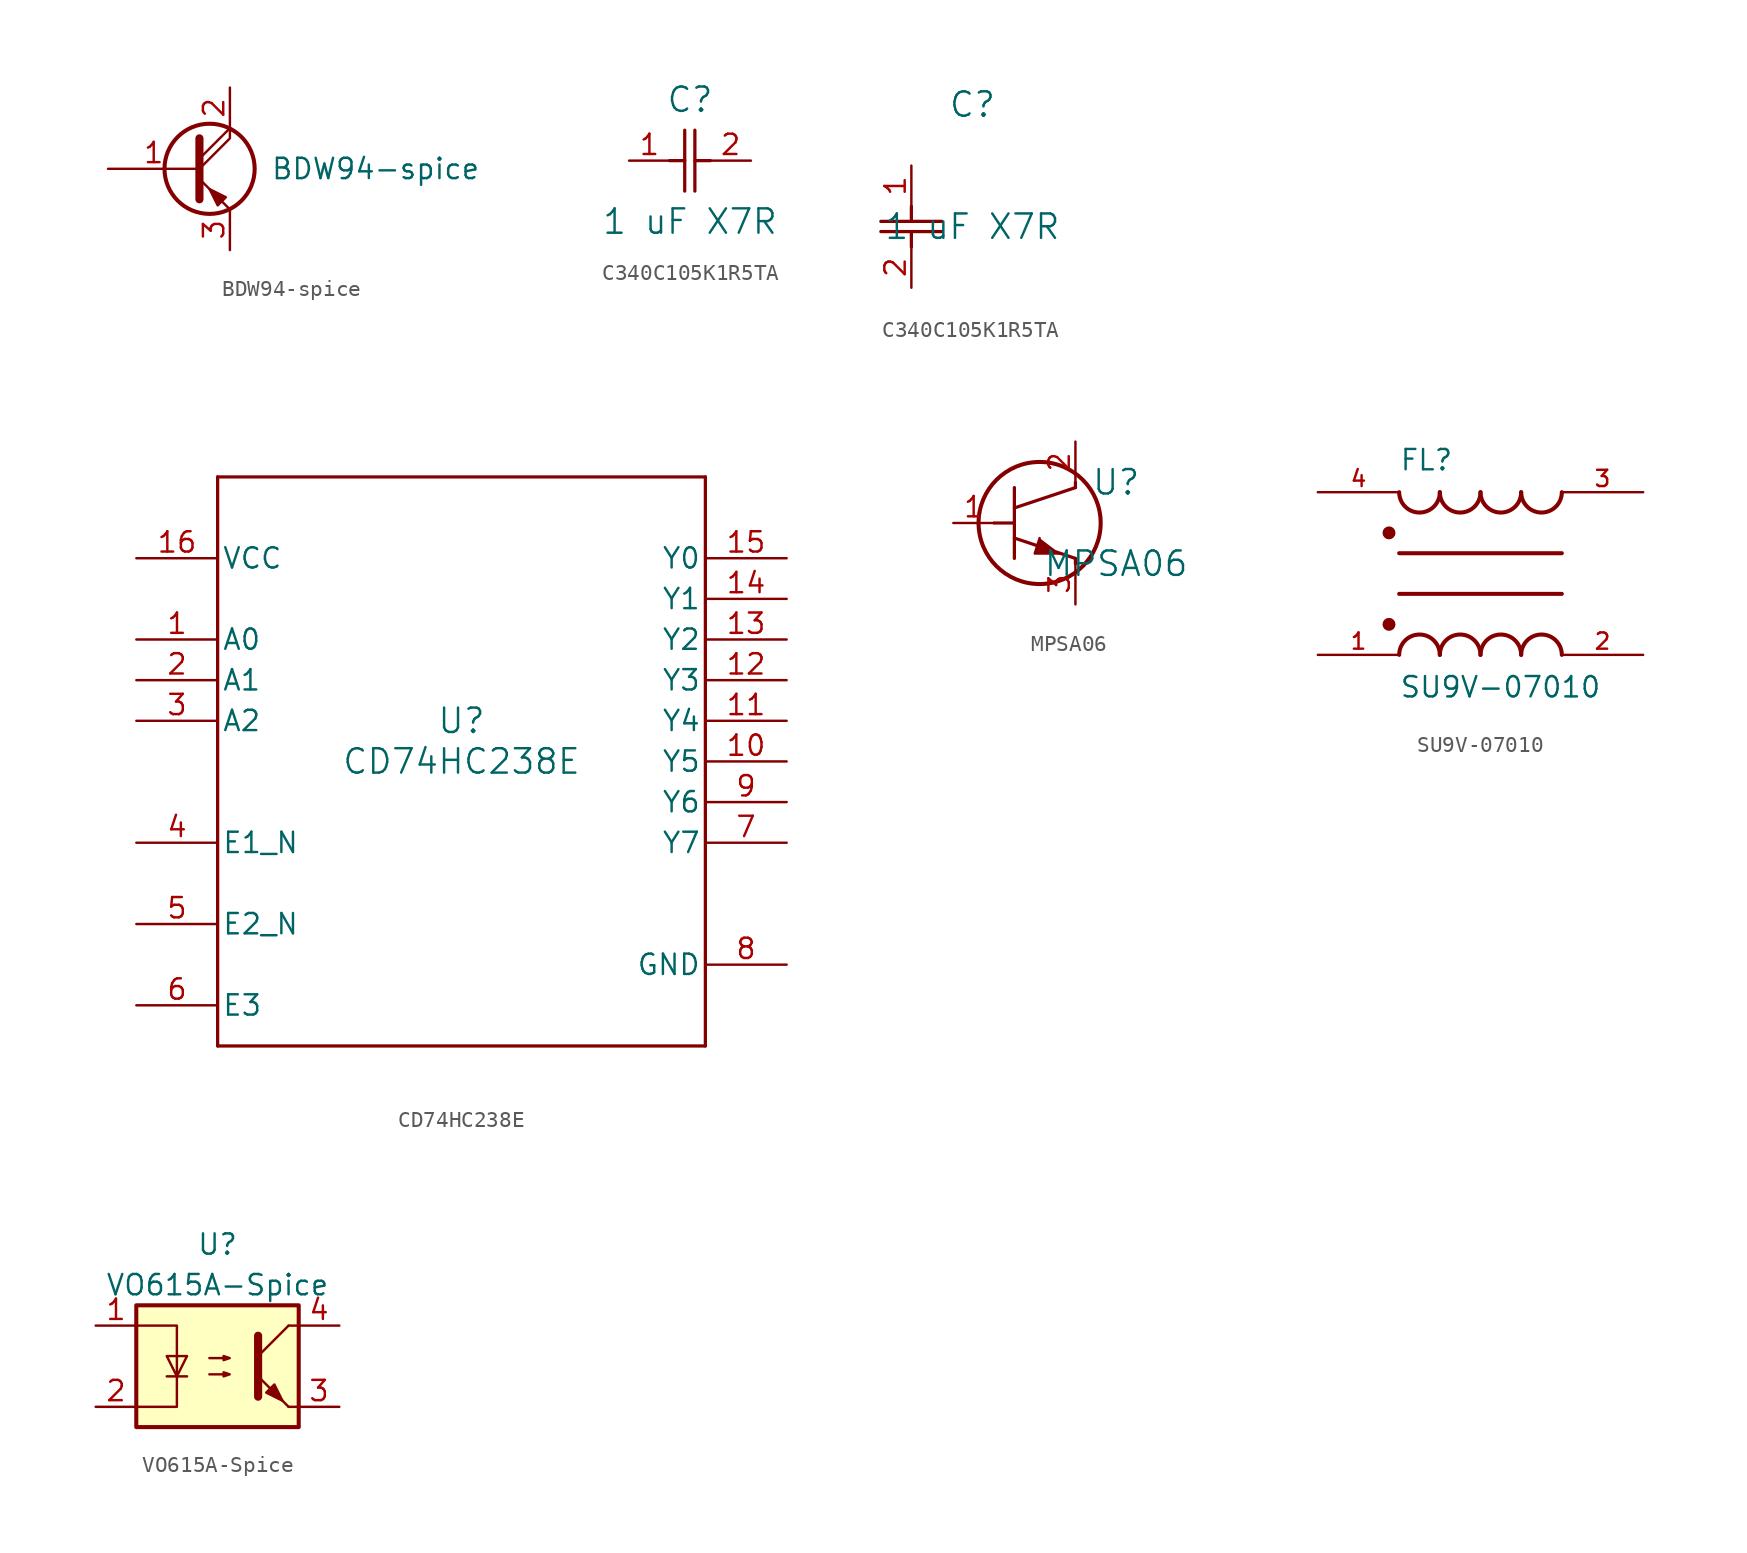
<source format=kicad_sym>
(kicad_symbol_lib
  (version 20231120)
  (generator "kicad_symbol_editor")
  (generator_version "8.0")
  (symbol "BDW94-spice"
    (pin_names
      (offset 0) hide)
    (property "Reference" "Q"
      (at 5.08 1.905 0)
      (effects (font (size 1.27 1.27)) (justify left) (hide yes)))
    (property "Value" "BDW94-spice"
      (at 5.08 0 0)
      (effects (font (size 1.27 1.27)) (justify left)))
    (symbol "BDW94-spice_0_1"
      (polyline (pts (xy 0.635 0.635) (xy 2.54 2.54)) (stroke (width 0) (type default)) (fill (type none)))
      (polyline (pts (xy 0.635 -0.635) (xy 2.54 -2.54) (xy 2.54 -2.54)) (stroke (width 0) (type default)) (fill (type none)))
      (polyline (pts (xy 0.635 0) (xy 2.54 1.905) (xy 2.54 2.54)) (stroke (width 0) (type default)) (fill (type none)))
      (polyline (pts (xy 0.635 1.905) (xy 0.635 -1.905) (xy 0.635 -1.905)) (stroke (width 0.508) (type default)) (fill (type none)))
      (polyline (pts (xy 2.286 -1.778) (xy 1.778 -2.286) (xy 1.27 -1.27) (xy 2.286 -1.778) (xy 2.286 -1.778)) (stroke (width 0) (type default)) (fill (type outline)))
      (circle (center 1.27 0) (radius 2.819) (stroke (width 0.254) (type default)) (fill (type none))))
    (symbol "BDW94-spice_1_1"
      (pin input line (at -5.08 0 0) (length 5.715) (name "B" (effects (font (size 1.27 1.27)))) (number "1" (effects (font (size 1.27 1.27)))))
      (pin passive line (at 2.54 5.08 270) (length 2.54) (name "C" (effects (font (size 1.27 1.27)))) (number "2" (effects (font (size 1.27 1.27)))))
      (pin passive line (at 2.54 -5.08 90) (length 2.54) (name "E" (effects (font (size 1.27 1.27)))) (number "3" (effects (font (size 1.27 1.27)))))))
  (symbol "C340C105K1R5TA"
    (pin_names
      (offset 0.254))
    (property "Reference" "C"
      (at 3.81 3.81 0)
      (effects (font (size 1.524 1.524))))
    (property "Value" "1 uF X7R"
      (at 3.81 -3.81 0)
      (effects (font (size 1.524 1.524))))
    (symbol "C340C105K1R5TA_1_1"
      (polyline (pts (xy 2.54 0) (xy 3.48 0)) (stroke (width 0.203) (type default)) (fill (type none)))
      (polyline (pts (xy 3.48 -1.905) (xy 3.48 1.905)) (stroke (width 0.203) (type default)) (fill (type none)))
      (polyline (pts (xy 4.115 -1.905) (xy 4.115 1.905)) (stroke (width 0.203) (type default)) (fill (type none)))
      (polyline (pts (xy 4.115 0) (xy 5.08 0)) (stroke (width 0.203) (type default)) (fill (type none)))
      (pin unspecified line (at 0 0 0) (length 2.54) (name "" (effects (font (size 1.27 1.27)))) (number "1" (effects (font (size 1.27 1.27)))))
      (pin unspecified line (at 7.62 0 180) (length 2.54) (name "" (effects (font (size 1.27 1.27)))) (number "2" (effects (font (size 1.27 1.27))))))
    (symbol "C340C105K1R5TA_1_2"
      (polyline (pts (xy -1.905 -4.115) (xy 1.905 -4.115)) (stroke (width 0.203) (type default)) (fill (type none)))
      (polyline (pts (xy -1.905 -3.48) (xy 1.905 -3.48)) (stroke (width 0.203) (type default)) (fill (type none)))
      (polyline (pts (xy 0 -4.115) (xy 0 -5.08)) (stroke (width 0.203) (type default)) (fill (type none)))
      (polyline (pts (xy 0 -2.54) (xy 0 -3.48)) (stroke (width 0.203) (type default)) (fill (type none)))
      (pin unspecified line (at 0 0 270) (length 2.54) (name "" (effects (font (size 1.27 1.27)))) (number "1" (effects (font (size 1.27 1.27)))))
      (pin unspecified line (at 0 -7.62 90) (length 2.54) (name "" (effects (font (size 1.27 1.27)))) (number "2" (effects (font (size 1.27 1.27)))))))
  (symbol "CD74HC238E"
    (pin_names
      (offset 0.254))
    (property "Reference" "U"
      (at 0 2.54 0)
      (effects (font (size 1.524 1.524))))
    (property "Value" "CD74HC238E"
      (at 0 0 0)
      (effects (font (size 1.524 1.524))))
    (symbol "CD74HC238E_0_1"
      (polyline (pts (xy -15.24 -17.78) (xy 15.24 -17.78)) (stroke (width 0.203) (type default)) (fill (type none)))
      (polyline (pts (xy -15.24 17.78) (xy -15.24 -17.78)) (stroke (width 0.203) (type default)) (fill (type none)))
      (polyline (pts (xy 15.24 -17.78) (xy 15.24 17.78)) (stroke (width 0.203) (type default)) (fill (type none)))
      (polyline (pts (xy 15.24 17.78) (xy -15.24 17.78)) (stroke (width 0.203) (type default)) (fill (type none)))
      (pin input line (at -20.32 7.62 0) (length 5.08) (name "A0" (effects (font (size 1.27 1.27)))) (number "1" (effects (font (size 1.27 1.27)))))
      (pin output line (at 20.32 0 180) (length 5.08) (name "Y5" (effects (font (size 1.27 1.27)))) (number "10" (effects (font (size 1.27 1.27)))))
      (pin output line (at 20.32 2.54 180) (length 5.08) (name "Y4" (effects (font (size 1.27 1.27)))) (number "11" (effects (font (size 1.27 1.27)))))
      (pin output line (at 20.32 5.08 180) (length 5.08) (name "Y3" (effects (font (size 1.27 1.27)))) (number "12" (effects (font (size 1.27 1.27)))))
      (pin output line (at 20.32 7.62 180) (length 5.08) (name "Y2" (effects (font (size 1.27 1.27)))) (number "13" (effects (font (size 1.27 1.27)))))
      (pin output line (at 20.32 10.16 180) (length 5.08) (name "Y1" (effects (font (size 1.27 1.27)))) (number "14" (effects (font (size 1.27 1.27)))))
      (pin output line (at 20.32 12.7 180) (length 5.08) (name "Y0" (effects (font (size 1.27 1.27)))) (number "15" (effects (font (size 1.27 1.27)))))
      (pin power_in line (at -20.32 12.7 0) (length 5.08) (name "VCC" (effects (font (size 1.27 1.27)))) (number "16" (effects (font (size 1.27 1.27)))))
      (pin input line (at -20.32 5.08 0) (length 5.08) (name "A1" (effects (font (size 1.27 1.27)))) (number "2" (effects (font (size 1.27 1.27)))))
      (pin input line (at -20.32 2.54 0) (length 5.08) (name "A2" (effects (font (size 1.27 1.27)))) (number "3" (effects (font (size 1.27 1.27)))))
      (pin input line (at -20.32 -5.08 0) (length 5.08) (name "E1_N" (effects (font (size 1.27 1.27)))) (number "4" (effects (font (size 1.27 1.27)))))
      (pin input line (at -20.32 -10.16 0) (length 5.08) (name "E2_N" (effects (font (size 1.27 1.27)))) (number "5" (effects (font (size 1.27 1.27)))))
      (pin input line (at -20.32 -15.24 0) (length 5.08) (name "E3" (effects (font (size 1.27 1.27)))) (number "6" (effects (font (size 1.27 1.27)))))
      (pin output line (at 20.32 -5.08 180) (length 5.08) (name "Y7" (effects (font (size 1.27 1.27)))) (number "7" (effects (font (size 1.27 1.27)))))
      (pin power_in line (at 20.32 -12.7 180) (length 5.08) (name "GND" (effects (font (size 1.27 1.27)))) (number "8" (effects (font (size 1.27 1.27)))))
      (pin output line (at 20.32 -2.54 180) (length 5.08) (name "Y6" (effects (font (size 1.27 1.27)))) (number "9" (effects (font (size 1.27 1.27)))))))
  (symbol "MPSA06"
    (pin_names
      (offset 0.254))
    (property "Reference" "U"
      (at 10.16 2.54 0)
      (effects (font (size 1.524 1.524))))
    (property "Value" "MPSA06"
      (at 10.16 -2.54 0)
      (effects (font (size 1.524 1.524))))
    (symbol "MPSA06_0_1"
      (polyline (pts (xy 2.54 0) (xy 3.81 0)) (stroke (width 0.203) (type default)) (fill (type none)))
      (polyline (pts (xy 3.81 -2.21) (xy 3.81 2.21)) (stroke (width 0.203) (type default)) (fill (type none)))
      (polyline (pts (xy 3.81 -0.94) (xy 7.62 -2.21)) (stroke (width 0.203) (type default)) (fill (type none)))
      (polyline (pts (xy 3.81 0.94) (xy 7.62 2.21)) (stroke (width 0.203) (type default)) (fill (type none)))
      (polyline (pts (xy 7.62 -2.54) (xy 7.62 -2.21)) (stroke (width 0.203) (type default)) (fill (type none)))
      (polyline (pts (xy 7.62 2.21) (xy 7.62 2.54)) (stroke (width 0.203) (type default)) (fill (type none)))
      (polyline (pts (xy 5.385 -0.94) (xy 5.08 -1.905) (xy 6.655 -1.905)) (stroke (width 0) (type default)) (fill (type outline)))
      (circle (center 5.385 0) (radius 3.81) (stroke (width 0.254) (type default)) (fill (type none)))
      (pin unspecified line (at 0 0 0) (length 2.54) (name "" (effects (font (size 1.27 1.27)))) (number "1" (effects (font (size 1.27 1.27)))))
      (pin unspecified line (at 7.62 5.08 270) (length 2.54) (name "" (effects (font (size 1.27 1.27)))) (number "2" (effects (font (size 1.27 1.27)))))
      (pin unspecified line (at 7.62 -5.08 90) (length 2.54) (name "" (effects (font (size 1.27 1.27)))) (number "3" (effects (font (size 1.27 1.27)))))))
  (symbol "SU9V-07010"
    (pin_names
      (offset 1.016))
    (property "Reference" "FL"
      (at -5.08 6.35 0)
      (effects (font (size 1.27 1.27)) (justify left bottom)))
    (property "Value" "SU9V-07010"
      (at -5.08 -6.35 0)
      (effects (font (size 1.27 1.27)) (justify left top)))
    (symbol "SU9V-07010_0_0"
      (circle (center -5.715 -3.175) (radius 0.203) (stroke (width 0.406) (type default)) (fill (type none)))
      (circle (center -5.715 2.54) (radius 0.203) (stroke (width 0.406) (type default)) (fill (type none)))
      (arc (start -5.08 5.08) (mid -3.81 3.8155) (end -2.54 5.08) (stroke (width 0.254) (type default)) (fill (type none)))
      (arc (start -2.54 -5.08) (mid -3.81 -3.8155) (end -5.08 -5.08) (stroke (width 0.254) (type default)) (fill (type none)))
      (arc (start -2.54 5.08) (mid -1.27 3.8155) (end 0 5.08) (stroke (width 0.254) (type default)) (fill (type none)))
      (arc (start 0 -5.08) (mid -1.27 -3.8155) (end -2.54 -5.08) (stroke (width 0.254) (type default)) (fill (type none)))
      (polyline (pts (xy -5.08 -1.27) (xy 5.08 -1.27)) (stroke (width 0.254) (type default)) (fill (type none)))
      (polyline (pts (xy 5.08 1.27) (xy -5.08 1.27)) (stroke (width 0.254) (type default)) (fill (type none)))
      (arc (start 0 5.08) (mid 1.27 3.8155) (end 2.54 5.08) (stroke (width 0.254) (type default)) (fill (type none)))
      (arc (start 2.54 -5.08) (mid 1.27 -3.8155) (end 0 -5.08) (stroke (width 0.254) (type default)) (fill (type none)))
      (arc (start 2.54 5.08) (mid 3.81 3.8155) (end 5.08 5.08) (stroke (width 0.254) (type default)) (fill (type none)))
      (arc (start 5.08 -5.08) (mid 3.81 -3.8155) (end 2.54 -5.08) (stroke (width 0.254) (type default)) (fill (type none)))
      (pin passive line (at -10.16 -5.08 0) (length 5.08) (name "~" (effects (font (size 1.016 1.016)))) (number "1" (effects (font (size 1.016 1.016)))))
      (pin passive line (at 10.16 -5.08 180) (length 5.08) (name "~" (effects (font (size 1.016 1.016)))) (number "2" (effects (font (size 1.016 1.016)))))
      (pin passive line (at 10.16 5.08 180) (length 5.08) (name "~" (effects (font (size 1.016 1.016)))) (number "3" (effects (font (size 1.016 1.016)))))
      (pin passive line (at -10.16 5.08 0) (length 5.08) (name "~" (effects (font (size 1.016 1.016)))) (number "4" (effects (font (size 1.016 1.016)))))))
  (symbol "VO615A-Spice"
    (pin_names
      (offset 0.762))
    (property "Reference" "U"
      (at 0 7.62 0)
      (effects (font (size 1.27 1.27))))
    (property "Value" "VO615A-Spice"
      (at 0 5.08 0)
      (effects (font (size 1.27 1.27))))
    (symbol "VO615A-Spice_0_1"
      (rectangle (start -5.08 3.81) (end 5.08 -3.81) (stroke (width 0.254) (type default)) (fill (type background)))
      (polyline (pts (xy -3.175 -0.635) (xy -1.905 -0.635)) (stroke (width 0) (type default)) (fill (type none)))
      (polyline (pts (xy 2.54 0.635) (xy 4.445 2.54)) (stroke (width 0) (type default)) (fill (type none)))
      (polyline (pts (xy 4.445 -2.54) (xy 2.54 -0.635)) (stroke (width 0) (type default)) (fill (type outline)))
      (polyline (pts (xy 4.445 -2.54) (xy 5.08 -2.54)) (stroke (width 0) (type default)) (fill (type none)))
      (polyline (pts (xy 4.445 2.54) (xy 5.08 2.54)) (stroke (width 0) (type default)) (fill (type none)))
      (polyline (pts (xy 2.54 1.905) (xy 2.54 -1.905) (xy 2.54 -1.905)) (stroke (width 0.508) (type default)) (fill (type none)))
      (polyline (pts (xy -5.08 2.54) (xy -2.54 2.54) (xy -2.54 -2.54) (xy -5.08 -2.54)) (stroke (width 0) (type default)) (fill (type none)))
      (polyline (pts (xy -2.54 -0.635) (xy -3.175 0.635) (xy -1.905 0.635) (xy -2.54 -0.635)) (stroke (width 0) (type default)) (fill (type none)))
      (polyline (pts (xy -0.508 -0.508) (xy 0.762 -0.508) (xy 0.381 -0.635) (xy 0.381 -0.381) (xy 0.762 -0.508)) (stroke (width 0) (type default)) (fill (type none)))
      (polyline (pts (xy -0.508 0.508) (xy 0.762 0.508) (xy 0.381 0.381) (xy 0.381 0.635) (xy 0.762 0.508)) (stroke (width 0) (type default)) (fill (type none)))
      (polyline (pts (xy 3.048 -1.651) (xy 3.556 -1.143) (xy 4.064 -2.159) (xy 3.048 -1.651) (xy 3.048 -1.651)) (stroke (width 0) (type default)) (fill (type outline))))
    (symbol "VO615A-Spice_1_1"
      (pin passive line (at -7.62 2.54 0) (length 2.54) (name "~" (effects (font (size 1.27 1.27)))) (number "1" (effects (font (size 1.27 1.27)))))
      (pin passive line (at -7.62 -2.54 0) (length 2.54) (name "~" (effects (font (size 1.27 1.27)))) (number "2" (effects (font (size 1.27 1.27)))))
      (pin passive line (at 7.62 -2.54 180) (length 2.54) (name "~" (effects (font (size 1.27 1.27)))) (number "3" (effects (font (size 1.27 1.27)))))
      (pin passive line (at 7.62 2.54 180) (length 2.54) (name "~" (effects (font (size 1.27 1.27)))) (number "4" (effects (font (size 1.27 1.27))))))))
</source>
